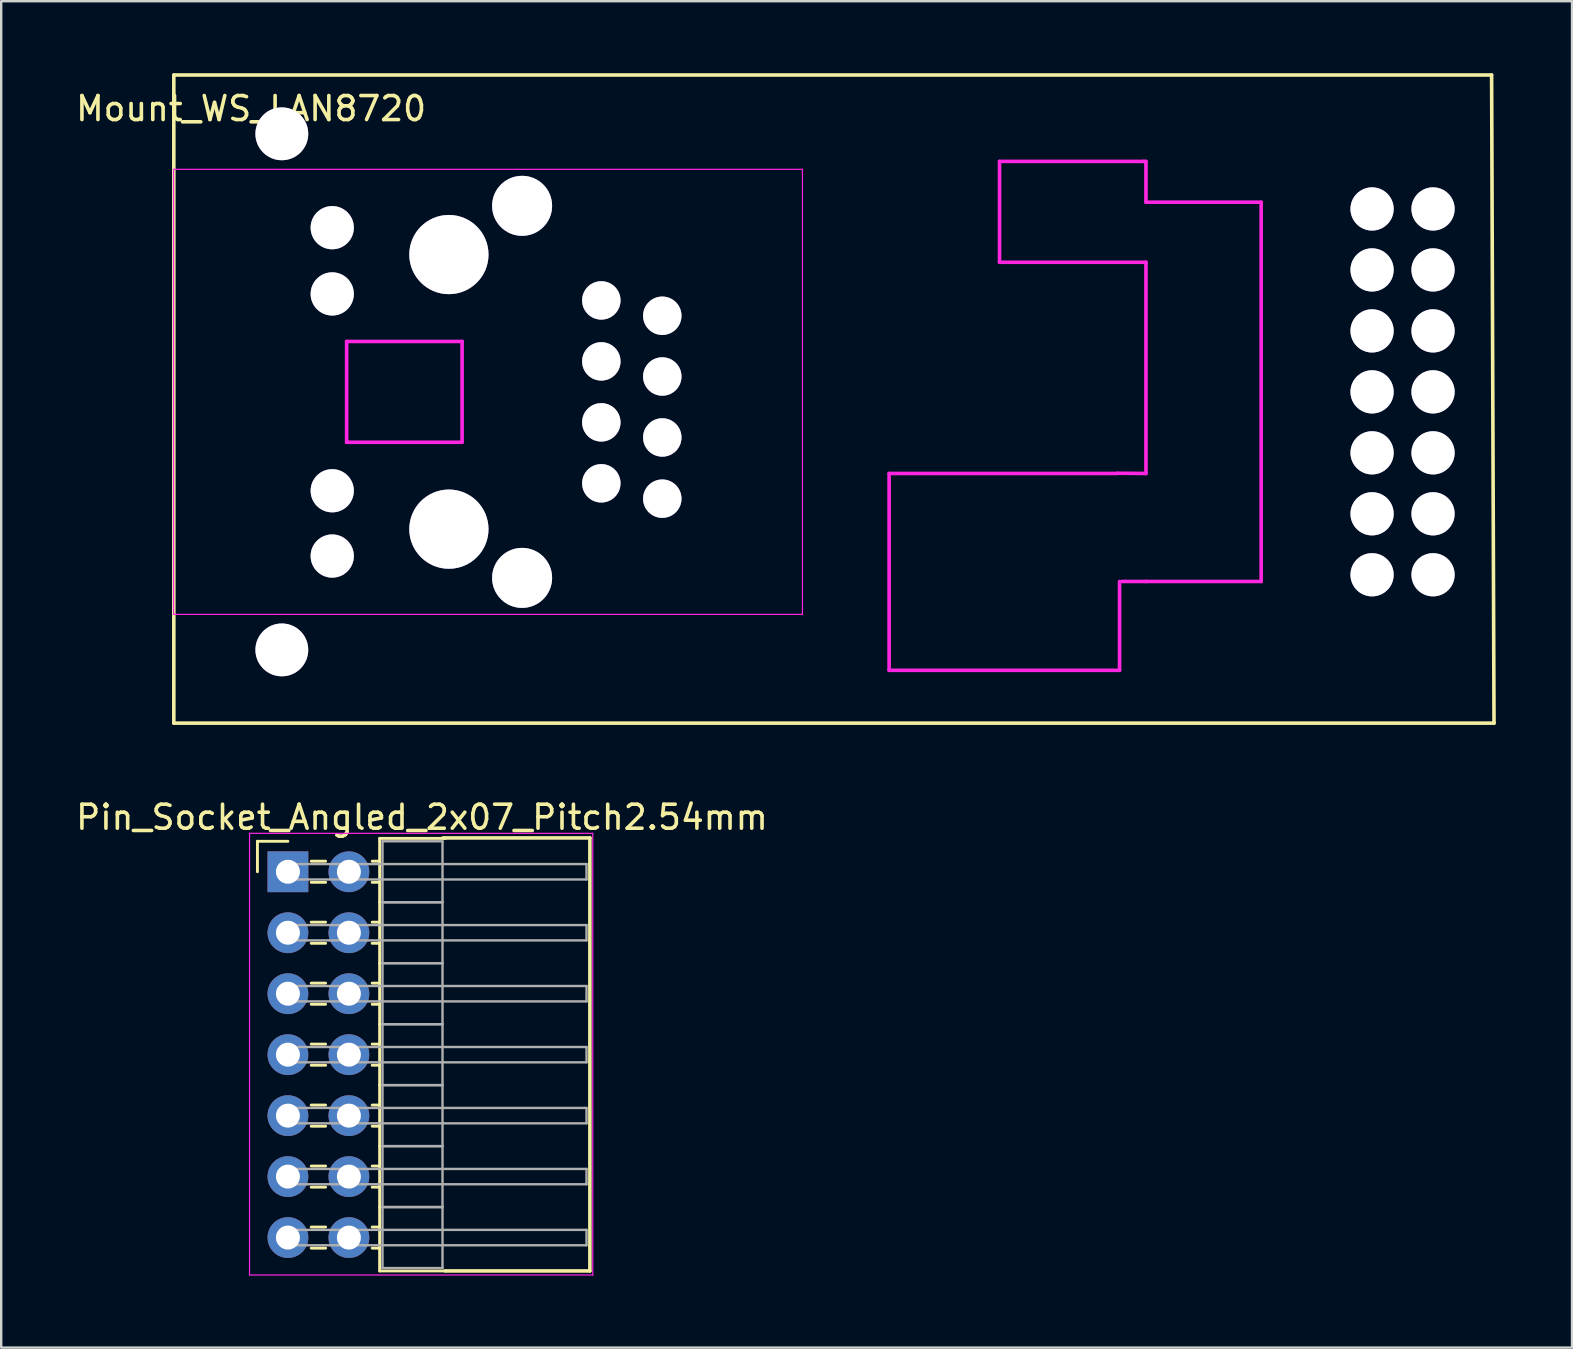
<source format=kicad_pcb>
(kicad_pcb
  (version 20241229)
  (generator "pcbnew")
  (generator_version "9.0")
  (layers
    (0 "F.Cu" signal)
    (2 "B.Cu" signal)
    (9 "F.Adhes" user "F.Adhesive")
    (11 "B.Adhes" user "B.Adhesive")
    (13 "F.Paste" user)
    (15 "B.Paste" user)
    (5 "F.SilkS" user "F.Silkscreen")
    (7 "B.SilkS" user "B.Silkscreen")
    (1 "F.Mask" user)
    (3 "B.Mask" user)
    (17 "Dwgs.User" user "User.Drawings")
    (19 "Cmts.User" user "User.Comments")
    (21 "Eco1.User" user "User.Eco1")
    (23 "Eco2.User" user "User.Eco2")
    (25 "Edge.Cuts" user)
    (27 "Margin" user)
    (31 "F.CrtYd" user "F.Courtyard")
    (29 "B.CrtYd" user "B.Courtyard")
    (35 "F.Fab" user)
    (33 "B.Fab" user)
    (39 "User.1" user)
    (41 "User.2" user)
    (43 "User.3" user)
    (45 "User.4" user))
  (footprint "Mount_WS_LAN8720"
    (layer "F.Cu")
    (at 59.191 13.275)
    (property "Reference" "Mount_WS_LAN8720" (at -51.78 -11.8 0) (layer "F.SilkS") (effects (font (size 1 1) (thickness 0.15))))
    (attr through_hole)
    (fp_line (start -55 -13.2) (end -55 13.8) (stroke (width 0.15) (type solid)) (layer "F.SilkS"))
    (fp_line (start -55 13.8) (end 0 13.8) (stroke (width 0.15) (type solid)) (layer "F.SilkS"))
    (fp_line (start -0.1 -13.2) (end -55 -13.2) (stroke (width 0.15) (type solid)) (layer "F.SilkS"))
    (fp_line (start 0 13.8) (end -0.1 -13.2) (stroke (width 0.15) (type solid)) (layer "F.SilkS"))
    (fp_line (start -55.01 -9.27) (end -55.01 9.27) (stroke (width 0.05) (type solid)) (layer "F.CrtYd"))
    (fp_line (start -55.01 -9.27) (end -28.81 -9.27) (stroke (width 0.05) (type solid)) (layer "F.CrtYd"))
    (fp_line (start -47.8 -2.1) (end -47.8 2.1) (stroke (width 0.15) (type solid)) (layer "F.CrtYd"))
    (fp_line (start -47.8 2.1) (end -42.99 2.1) (stroke (width 0.15) (type solid)) (layer "F.CrtYd"))
    (fp_line (start -42.99 -2.1) (end -47.8 -2.1) (stroke (width 0.15) (type solid)) (layer "F.CrtYd"))
    (fp_line (start -42.99 2.1) (end -42.99 -2.1) (stroke (width 0.15) (type solid)) (layer "F.CrtYd"))
    (fp_line (start -28.81 9.27) (end -55.01 9.27) (stroke (width 0.05) (type solid)) (layer "F.CrtYd"))
    (fp_line (start -28.81 9.27) (end -28.81 -9.27) (stroke (width 0.05) (type solid)) (layer "F.CrtYd"))
    (fp_line (start -25.2 3.4) (end -25.2 11.6) (stroke (width 0.15) (type solid)) (layer "F.CrtYd"))
    (fp_line (start -25.2 11.6) (end -15.6 11.6) (stroke (width 0.15) (type solid)) (layer "F.CrtYd"))
    (fp_line (start -20.6 -9.6) (end -20.6 -5.4) (stroke (width 0.15) (type solid)) (layer "F.CrtYd"))
    (fp_line (start -20.6 -9.6) (end -14.6 -9.6) (stroke (width 0.15) (type solid)) (layer "F.CrtYd"))
    (fp_line (start -20.6 -5.4) (end -14.5 -5.4) (stroke (width 0.15) (type solid)) (layer "F.CrtYd"))
    (fp_line (start -15.7 3.4) (end -25.2 3.4) (stroke (width 0.15) (type solid)) (layer "F.CrtYd"))
    (fp_line (start -15.6 11.6) (end -15.6 7.9) (stroke (width 0.15) (type solid)) (layer "F.CrtYd"))
    (fp_line (start -14.6 -9.6) (end -14.5 -9.6) (stroke (width 0.15) (type solid)) (layer "F.CrtYd"))
    (fp_line (start -14.5 -9.6) (end -14.5 -7.9) (stroke (width 0.15) (type solid)) (layer "F.CrtYd"))
    (fp_line (start -14.5 -5.4) (end -14.5 3.4) (stroke (width 0.15) (type solid)) (layer "F.CrtYd"))
    (fp_line (start -14.5 3.4) (end -15.7 3.39) (stroke (width 0.15) (type solid)) (layer "F.CrtYd"))
    (fp_line (start -14.5 7.9) (end -15.5 7.9) (stroke (width 0.15) (type solid)) (layer "F.CrtYd"))
    (fp_line (start -14.5 7.9) (end -9.7 7.9) (stroke (width 0.15) (type solid)) (layer "F.CrtYd"))
    (fp_line (start -9.7 -7.9) (end -14.5 -7.9) (stroke (width 0.15) (type solid)) (layer "F.CrtYd"))
    (fp_line (start -9.7 7.9) (end -9.7 -7.9) (stroke (width 0.15) (type solid)) (layer "F.CrtYd"))
    (pad "HC" thru_hole circle (at -5.08 -7.62) (size 1.8 1.8) (drill 1.8) (layers "*.Cu" "*.Mask"))
    (pad "HC" thru_hole circle (at -5.08 -5.08) (size 1.8 1.8) (drill 1.8) (layers "*.Cu" "*.Mask"))
    (pad "HC" thru_hole circle (at -5.08 -2.54) (size 1.8 1.8) (drill 1.8) (layers "*.Cu" "*.Mask"))
    (pad "HC" thru_hole circle (at -5.08 0) (size 1.8 1.8) (drill 1.8) (layers "*.Cu" "*.Mask"))
    (pad "HC" thru_hole circle (at -5.08 2.54) (size 1.8 1.8) (drill 1.8) (layers "*.Cu" "*.Mask"))
    (pad "HC" thru_hole circle (at -5.08 5.08) (size 1.8 1.8) (drill 1.8) (layers "*.Cu" "*.Mask"))
    (pad "HC" thru_hole circle (at -5.08 7.62) (size 1.8 1.8) (drill 1.8) (layers "*.Cu" "*.Mask"))
    (pad "HC" thru_hole circle (at -2.54 -7.62) (size 1.8 1.8) (drill 1.8) (layers "*.Cu" "*.Mask"))
    (pad "HC" thru_hole circle (at -2.54 -5.08) (size 1.8 1.8) (drill 1.8) (layers "*.Cu" "*.Mask"))
    (pad "HC" thru_hole circle (at -2.54 -2.54) (size 1.8 1.8) (drill 1.8) (layers "*.Cu" "*.Mask"))
    (pad "HC" thru_hole circle (at -2.54 0) (size 1.8 1.8) (drill 1.8) (layers "*.Cu" "*.Mask"))
    (pad "HC" thru_hole circle (at -2.54 2.54) (size 1.8 1.8) (drill 1.8) (layers "*.Cu" "*.Mask"))
    (pad "HC" thru_hole circle (at -2.54 5.08) (size 1.8 1.8) (drill 1.8) (layers "*.Cu" "*.Mask"))
    (pad "HC" thru_hole circle (at -2.54 7.62) (size 1.8 1.8) (drill 1.8) (layers "*.Cu" "*.Mask"))
    (pad "HM" thru_hole circle (at -50.5 -10.75) (size 2.2 2.2) (drill 2.2) (layers "*.Cu" "*.Mask"))
    (pad "HM" thru_hole circle (at -50.5 10.75) (size 2.2 2.2) (drill 2.2) (layers "*.Cu" "*.Mask"))
    (pad "HR1" thru_hole circle (at -34.65 -3.17) (size 1.6 1.6) (drill 1.6) (layers "*.Cu" "*.Mask"))
    (pad "HR2" thru_hole circle (at -37.19 -3.81) (size 1.6 1.6) (drill 1.6) (layers "*.Cu" "*.Mask"))
    (pad "HR3" thru_hole circle (at -34.65 -0.64) (size 1.6 1.6) (drill 1.6) (layers "*.Cu" "*.Mask"))
    (pad "HR4" thru_hole circle (at -37.19 -1.27) (size 1.6 1.6) (drill 1.6) (layers "*.Cu" "*.Mask"))
    (pad "HR5" thru_hole circle (at -34.65 1.9) (size 1.6 1.6) (drill 1.6) (layers "*.Cu" "*.Mask"))
    (pad "HR6" thru_hole circle (at -37.19 1.27 270) (size 1.6 1.6) (drill 1.6) (layers "*.Cu" "*.Mask"))
    (pad "HR7" thru_hole circle (at -34.65 4.45) (size 1.6 1.6) (drill 1.6) (layers "*.Cu" "*.Mask"))
    (pad "HR8" thru_hole circle (at -37.19 3.81) (size 1.6 1.6) (drill 1.6) (layers "*.Cu" "*.Mask"))
    (pad "HR9" thru_hole circle (at -48.4 -6.84 90) (size 1.8 1.8) (drill 1.8) (layers "*.Cu" "*.Mask"))
    (pad "HR10" thru_hole circle (at -48.4 -4.08 90) (size 1.8 1.8) (drill 1.8) (layers "*.Cu" "*.Mask"))
    (pad "HR11" thru_hole circle (at -48.4 4.12 90) (size 1.8 1.8) (drill 1.8) (layers "*.Cu" "*.Mask"))
    (pad "HR12" thru_hole circle (at -48.4 6.84 90) (size 1.8 1.8) (drill 1.8) (layers "*.Cu" "*.Mask"))
    (pad "HR13" thru_hole circle (at -40.49 -7.75) (size 2.5 2.5) (drill 2.5) (layers "*.Cu" "*.Mask"))
    (pad "HR13" thru_hole circle (at -40.49 7.75) (size 2.5 2.5) (drill 2.5) (layers "*.Cu" "*.Mask"))
    (pad "Hole" thru_hole circle (at -43.54 -5.72) (size 3.3 3.3) (drill 3.3) (layers "*.Cu" "*.Mask"))
    (pad "Hole" thru_hole circle (at -43.54 5.72) (size 3.3 3.3) (drill 3.3) (layers "*.Cu" "*.Mask")))
  (footprint "Pin_Socket_Angled_2x07_Pitch2.54mm"
    (layer "F.Cu")
    (at 8.945 33.268)
    (property "Reference" "Pin_Socket_Angled_2x07_Pitch2.54mm" (at 5.585 -2.27 0) (layer "F.SilkS") (effects (font (size 1 1) (thickness 0.15))))
    (attr through_hole)
    (fp_line (start -1.27 -1.27) (end 0 -1.27) (stroke (width 0.12) (type solid)) (layer "F.SilkS"))
    (fp_line (start -1.27 0) (end -1.27 -1.27) (stroke (width 0.12) (type solid)) (layer "F.SilkS"))
    (fp_line (start 0.97 -0.44) (end 1.57 -0.44) (stroke (width 0.12) (type solid)) (layer "F.SilkS"))
    (fp_line (start 0.97 0.44) (end 1.57 0.44) (stroke (width 0.12) (type solid)) (layer "F.SilkS"))
    (fp_line (start 0.97 2.1) (end 1.57 2.1) (stroke (width 0.12) (type solid)) (layer "F.SilkS"))
    (fp_line (start 0.97 2.98) (end 1.57 2.98) (stroke (width 0.12) (type solid)) (layer "F.SilkS"))
    (fp_line (start 0.97 4.64) (end 1.57 4.64) (stroke (width 0.12) (type solid)) (layer "F.SilkS"))
    (fp_line (start 0.97 5.52) (end 1.57 5.52) (stroke (width 0.12) (type solid)) (layer "F.SilkS"))
    (fp_line (start 0.97 7.18) (end 1.57 7.18) (stroke (width 0.12) (type solid)) (layer "F.SilkS"))
    (fp_line (start 0.97 8.06) (end 1.57 8.06) (stroke (width 0.12) (type solid)) (layer "F.SilkS"))
    (fp_line (start 0.97 9.72) (end 1.57 9.72) (stroke (width 0.12) (type solid)) (layer "F.SilkS"))
    (fp_line (start 0.97 10.6) (end 1.57 10.6) (stroke (width 0.12) (type solid)) (layer "F.SilkS"))
    (fp_line (start 0.97 12.26) (end 1.57 12.26) (stroke (width 0.12) (type solid)) (layer "F.SilkS"))
    (fp_line (start 0.97 13.14) (end 1.57 13.14) (stroke (width 0.12) (type solid)) (layer "F.SilkS"))
    (fp_line (start 0.97 14.8) (end 1.57 14.8) (stroke (width 0.12) (type solid)) (layer "F.SilkS"))
    (fp_line (start 0.97 15.68) (end 1.57 15.68) (stroke (width 0.12) (type solid)) (layer "F.SilkS"))
    (fp_line (start 3.51 -0.44) (end 3.82 -0.44) (stroke (width 0.12) (type solid)) (layer "F.SilkS"))
    (fp_line (start 3.51 0.44) (end 3.82 0.44) (stroke (width 0.12) (type solid)) (layer "F.SilkS"))
    (fp_line (start 3.51 2.1) (end 3.82 2.1) (stroke (width 0.12) (type solid)) (layer "F.SilkS"))
    (fp_line (start 3.51 2.98) (end 3.82 2.98) (stroke (width 0.12) (type solid)) (layer "F.SilkS"))
    (fp_line (start 3.51 4.64) (end 3.82 4.64) (stroke (width 0.12) (type solid)) (layer "F.SilkS"))
    (fp_line (start 3.51 5.52) (end 3.82 5.52) (stroke (width 0.12) (type solid)) (layer "F.SilkS"))
    (fp_line (start 3.51 7.18) (end 3.82 7.18) (stroke (width 0.12) (type solid)) (layer "F.SilkS"))
    (fp_line (start 3.51 8.06) (end 3.82 8.06) (stroke (width 0.12) (type solid)) (layer "F.SilkS"))
    (fp_line (start 3.51 9.72) (end 3.82 9.72) (stroke (width 0.12) (type solid)) (layer "F.SilkS"))
    (fp_line (start 3.51 10.6) (end 3.82 10.6) (stroke (width 0.12) (type solid)) (layer "F.SilkS"))
    (fp_line (start 3.51 12.26) (end 3.82 12.26) (stroke (width 0.12) (type solid)) (layer "F.SilkS"))
    (fp_line (start 3.51 13.14) (end 3.82 13.14) (stroke (width 0.12) (type solid)) (layer "F.SilkS"))
    (fp_line (start 3.51 14.8) (end 3.82 14.8) (stroke (width 0.12) (type solid)) (layer "F.SilkS"))
    (fp_line (start 3.51 15.68) (end 3.82 15.68) (stroke (width 0.12) (type solid)) (layer "F.SilkS"))
    (fp_line (start 3.82 -1.39) (end 3.82 1.27) (stroke (width 0.12) (type solid)) (layer "F.SilkS"))
    (fp_line (start 3.82 1.27) (end 3.82 3.81) (stroke (width 0.12) (type solid)) (layer "F.SilkS"))
    (fp_line (start 3.82 3.81) (end 3.82 6.35) (stroke (width 0.12) (type solid)) (layer "F.SilkS"))
    (fp_line (start 3.82 6.35) (end 3.82 8.89) (stroke (width 0.12) (type solid)) (layer "F.SilkS"))
    (fp_line (start 3.82 8.89) (end 3.82 11.43) (stroke (width 0.12) (type solid)) (layer "F.SilkS"))
    (fp_line (start 3.82 11.43) (end 3.82 13.97) (stroke (width 0.12) (type solid)) (layer "F.SilkS"))
    (fp_line (start 3.82 13.97) (end 3.82 16.63) (stroke (width 0.12) (type solid)) (layer "F.SilkS"))
    (fp_line (start 3.82 16.63) (end 6.56 16.63) (stroke (width 0.12) (type solid)) (layer "F.SilkS"))
    (fp_line (start 6.55 16.63) (end 12.58 16.63) (stroke (width 0.15) (type solid)) (layer "F.SilkS"))
    (fp_line (start 6.56 -1.39) (end 3.82 -1.39) (stroke (width 0.12) (type solid)) (layer "F.SilkS"))
    (fp_line (start 12.58 -1.41) (end 6.46 -1.41) (stroke (width 0.15) (type solid)) (layer "F.SilkS"))
    (fp_line (start 12.58 16.63) (end 12.58 -1.41) (stroke (width 0.15) (type solid)) (layer "F.SilkS"))
    (fp_line (start -1.6 -1.6) (end -1.6 16.8) (stroke (width 0.05) (type solid)) (layer "F.CrtYd"))
    (fp_line (start -1.6 16.8) (end 12.7 16.8) (stroke (width 0.05) (type solid)) (layer "F.CrtYd"))
    (fp_line (start 12.7 -1.6) (end -1.6 -1.6) (stroke (width 0.05) (type solid)) (layer "F.CrtYd"))
    (fp_line (start 12.7 16.8) (end 12.7 -1.6) (stroke (width 0.05) (type solid)) (layer "F.CrtYd"))
    (fp_line (start 0 -0.32) (end 0 0.32) (stroke (width 0.1) (type solid)) (layer "F.Fab"))
    (fp_line (start 0 0.32) (end 12.44 0.32) (stroke (width 0.1) (type solid)) (layer "F.Fab"))
    (fp_line (start 0 2.22) (end 0 2.86) (stroke (width 0.1) (type solid)) (layer "F.Fab"))
    (fp_line (start 0 2.86) (end 12.44 2.86) (stroke (width 0.1) (type solid)) (layer "F.Fab"))
    (fp_line (start 0 4.76) (end 0 5.4) (stroke (width 0.1) (type solid)) (layer "F.Fab"))
    (fp_line (start 0 5.4) (end 12.44 5.4) (stroke (width 0.1) (type solid)) (layer "F.Fab"))
    (fp_line (start 0 7.3) (end 0 7.94) (stroke (width 0.1) (type solid)) (layer "F.Fab"))
    (fp_line (start 0 7.94) (end 12.44 7.94) (stroke (width 0.1) (type solid)) (layer "F.Fab"))
    (fp_line (start 0 9.84) (end 0 10.48) (stroke (width 0.1) (type solid)) (layer "F.Fab"))
    (fp_line (start 0 10.48) (end 12.44 10.48) (stroke (width 0.1) (type solid)) (layer "F.Fab"))
    (fp_line (start 0 12.38) (end 0 13.02) (stroke (width 0.1) (type solid)) (layer "F.Fab"))
    (fp_line (start 0 13.02) (end 12.44 13.02) (stroke (width 0.1) (type solid)) (layer "F.Fab"))
    (fp_line (start 0 14.92) (end 0 15.56) (stroke (width 0.1) (type solid)) (layer "F.Fab"))
    (fp_line (start 0 15.56) (end 12.44 15.56) (stroke (width 0.1) (type solid)) (layer "F.Fab"))
    (fp_line (start 3.94 -1.27) (end 3.94 1.27) (stroke (width 0.1) (type solid)) (layer "F.Fab"))
    (fp_line (start 3.94 1.27) (end 3.94 3.81) (stroke (width 0.1) (type solid)) (layer "F.Fab"))
    (fp_line (start 3.94 1.27) (end 6.44 1.27) (stroke (width 0.1) (type solid)) (layer "F.Fab"))
    (fp_line (start 3.94 3.81) (end 3.94 6.35) (stroke (width 0.1) (type solid)) (layer "F.Fab"))
    (fp_line (start 3.94 3.81) (end 6.44 3.81) (stroke (width 0.1) (type solid)) (layer "F.Fab"))
    (fp_line (start 3.94 6.35) (end 3.94 8.89) (stroke (width 0.1) (type solid)) (layer "F.Fab"))
    (fp_line (start 3.94 6.35) (end 6.44 6.35) (stroke (width 0.1) (type solid)) (layer "F.Fab"))
    (fp_line (start 3.94 8.89) (end 3.94 11.43) (stroke (width 0.1) (type solid)) (layer "F.Fab"))
    (fp_line (start 3.94 8.89) (end 6.44 8.89) (stroke (width 0.1) (type solid)) (layer "F.Fab"))
    (fp_line (start 3.94 11.43) (end 3.94 13.97) (stroke (width 0.1) (type solid)) (layer "F.Fab"))
    (fp_line (start 3.94 11.43) (end 6.44 11.43) (stroke (width 0.1) (type solid)) (layer "F.Fab"))
    (fp_line (start 3.94 13.97) (end 3.94 16.51) (stroke (width 0.1) (type solid)) (layer "F.Fab"))
    (fp_line (start 3.94 13.97) (end 6.44 13.97) (stroke (width 0.1) (type solid)) (layer "F.Fab"))
    (fp_line (start 3.94 16.51) (end 6.44 16.51) (stroke (width 0.1) (type solid)) (layer "F.Fab"))
    (fp_line (start 6.44 -1.27) (end 3.94 -1.27) (stroke (width 0.1) (type solid)) (layer "F.Fab"))
    (fp_line (start 6.44 1.27) (end 3.94 1.27) (stroke (width 0.1) (type solid)) (layer "F.Fab"))
    (fp_line (start 6.44 1.27) (end 6.44 -1.27) (stroke (width 0.1) (type solid)) (layer "F.Fab"))
    (fp_line (start 6.44 3.81) (end 3.94 3.81) (stroke (width 0.1) (type solid)) (layer "F.Fab"))
    (fp_line (start 6.44 3.81) (end 6.44 1.27) (stroke (width 0.1) (type solid)) (layer "F.Fab"))
    (fp_line (start 6.44 6.35) (end 3.94 6.35) (stroke (width 0.1) (type solid)) (layer "F.Fab"))
    (fp_line (start 6.44 6.35) (end 6.44 3.81) (stroke (width 0.1) (type solid)) (layer "F.Fab"))
    (fp_line (start 6.44 8.89) (end 3.94 8.89) (stroke (width 0.1) (type solid)) (layer "F.Fab"))
    (fp_line (start 6.44 8.89) (end 6.44 6.35) (stroke (width 0.1) (type solid)) (layer "F.Fab"))
    (fp_line (start 6.44 11.43) (end 3.94 11.43) (stroke (width 0.1) (type solid)) (layer "F.Fab"))
    (fp_line (start 6.44 11.43) (end 6.44 8.89) (stroke (width 0.1) (type solid)) (layer "F.Fab"))
    (fp_line (start 6.44 13.97) (end 3.94 13.97) (stroke (width 0.1) (type solid)) (layer "F.Fab"))
    (fp_line (start 6.44 13.97) (end 6.44 11.43) (stroke (width 0.1) (type solid)) (layer "F.Fab"))
    (fp_line (start 6.44 16.51) (end 6.44 13.97) (stroke (width 0.1) (type solid)) (layer "F.Fab"))
    (fp_line (start 12.44 -0.32) (end 0 -0.32) (stroke (width 0.1) (type solid)) (layer "F.Fab"))
    (fp_line (start 12.44 0.32) (end 12.44 -0.32) (stroke (width 0.1) (type solid)) (layer "F.Fab"))
    (fp_line (start 12.44 2.22) (end 0 2.22) (stroke (width 0.1) (type solid)) (layer "F.Fab"))
    (fp_line (start 12.44 2.86) (end 12.44 2.22) (stroke (width 0.1) (type solid)) (layer "F.Fab"))
    (fp_line (start 12.44 4.76) (end 0 4.76) (stroke (width 0.1) (type solid)) (layer "F.Fab"))
    (fp_line (start 12.44 5.4) (end 12.44 4.76) (stroke (width 0.1) (type solid)) (layer "F.Fab"))
    (fp_line (start 12.44 7.3) (end 0 7.3) (stroke (width 0.1) (type solid)) (layer "F.Fab"))
    (fp_line (start 12.44 7.94) (end 12.44 7.3) (stroke (width 0.1) (type solid)) (layer "F.Fab"))
    (fp_line (start 12.44 9.84) (end 0 9.84) (stroke (width 0.1) (type solid)) (layer "F.Fab"))
    (fp_line (start 12.44 10.48) (end 12.44 9.84) (stroke (width 0.1) (type solid)) (layer "F.Fab"))
    (fp_line (start 12.44 12.38) (end 0 12.38) (stroke (width 0.1) (type solid)) (layer "F.Fab"))
    (fp_line (start 12.44 13.02) (end 12.44 12.38) (stroke (width 0.1) (type solid)) (layer "F.Fab"))
    (fp_line (start 12.44 14.92) (end 0 14.92) (stroke (width 0.1) (type solid)) (layer "F.Fab"))
    (fp_line (start 12.44 15.56) (end 12.44 14.92) (stroke (width 0.1) (type solid)) (layer "F.Fab"))
    (pad "1" thru_hole rect (at 0 0) (size 1.7 1.7) (drill 1) (layers "*.Cu" "*.Mask"))
    (pad "2" thru_hole oval (at 2.54 0) (size 1.7 1.7) (drill 1) (layers "*.Cu" "*.Mask"))
    (pad "3" thru_hole oval (at 0 2.54) (size 1.7 1.7) (drill 1) (layers "*.Cu" "*.Mask"))
    (pad "4" thru_hole oval (at 2.54 2.54) (size 1.7 1.7) (drill 1) (layers "*.Cu" "*.Mask"))
    (pad "5" thru_hole oval (at 0 5.08) (size 1.7 1.7) (drill 1) (layers "*.Cu" "*.Mask"))
    (pad "6" thru_hole oval (at 2.54 5.08) (size 1.7 1.7) (drill 1) (layers "*.Cu" "*.Mask"))
    (pad "7" thru_hole oval (at 0 7.62) (size 1.7 1.7) (drill 1) (layers "*.Cu" "*.Mask"))
    (pad "8" thru_hole oval (at 2.54 7.62) (size 1.7 1.7) (drill 1) (layers "*.Cu" "*.Mask"))
    (pad "9" thru_hole oval (at 0 10.16) (size 1.7 1.7) (drill 1) (layers "*.Cu" "*.Mask"))
    (pad "10" thru_hole oval (at 2.54 10.16) (size 1.7 1.7) (drill 1) (layers "*.Cu" "*.Mask"))
    (pad "11" thru_hole oval (at 0 12.7) (size 1.7 1.7) (drill 1) (layers "*.Cu" "*.Mask"))
    (pad "12" thru_hole oval (at 2.54 12.7) (size 1.7 1.7) (drill 1) (layers "*.Cu" "*.Mask"))
    (pad "13" thru_hole oval (at 0 15.24) (size 1.7 1.7) (drill 1) (layers "*.Cu" "*.Mask"))
    (pad "14" thru_hole oval (at 2.54 15.24) (size 1.7 1.7) (drill 1) (layers "*.Cu" "*.Mask")))
  (gr_rect
    (start -3 -3)
    (end 62.441 53.093)
    (stroke (width 0.1) (type default))
    (fill no)
    (layer "Edge.Cuts")))
</source>
